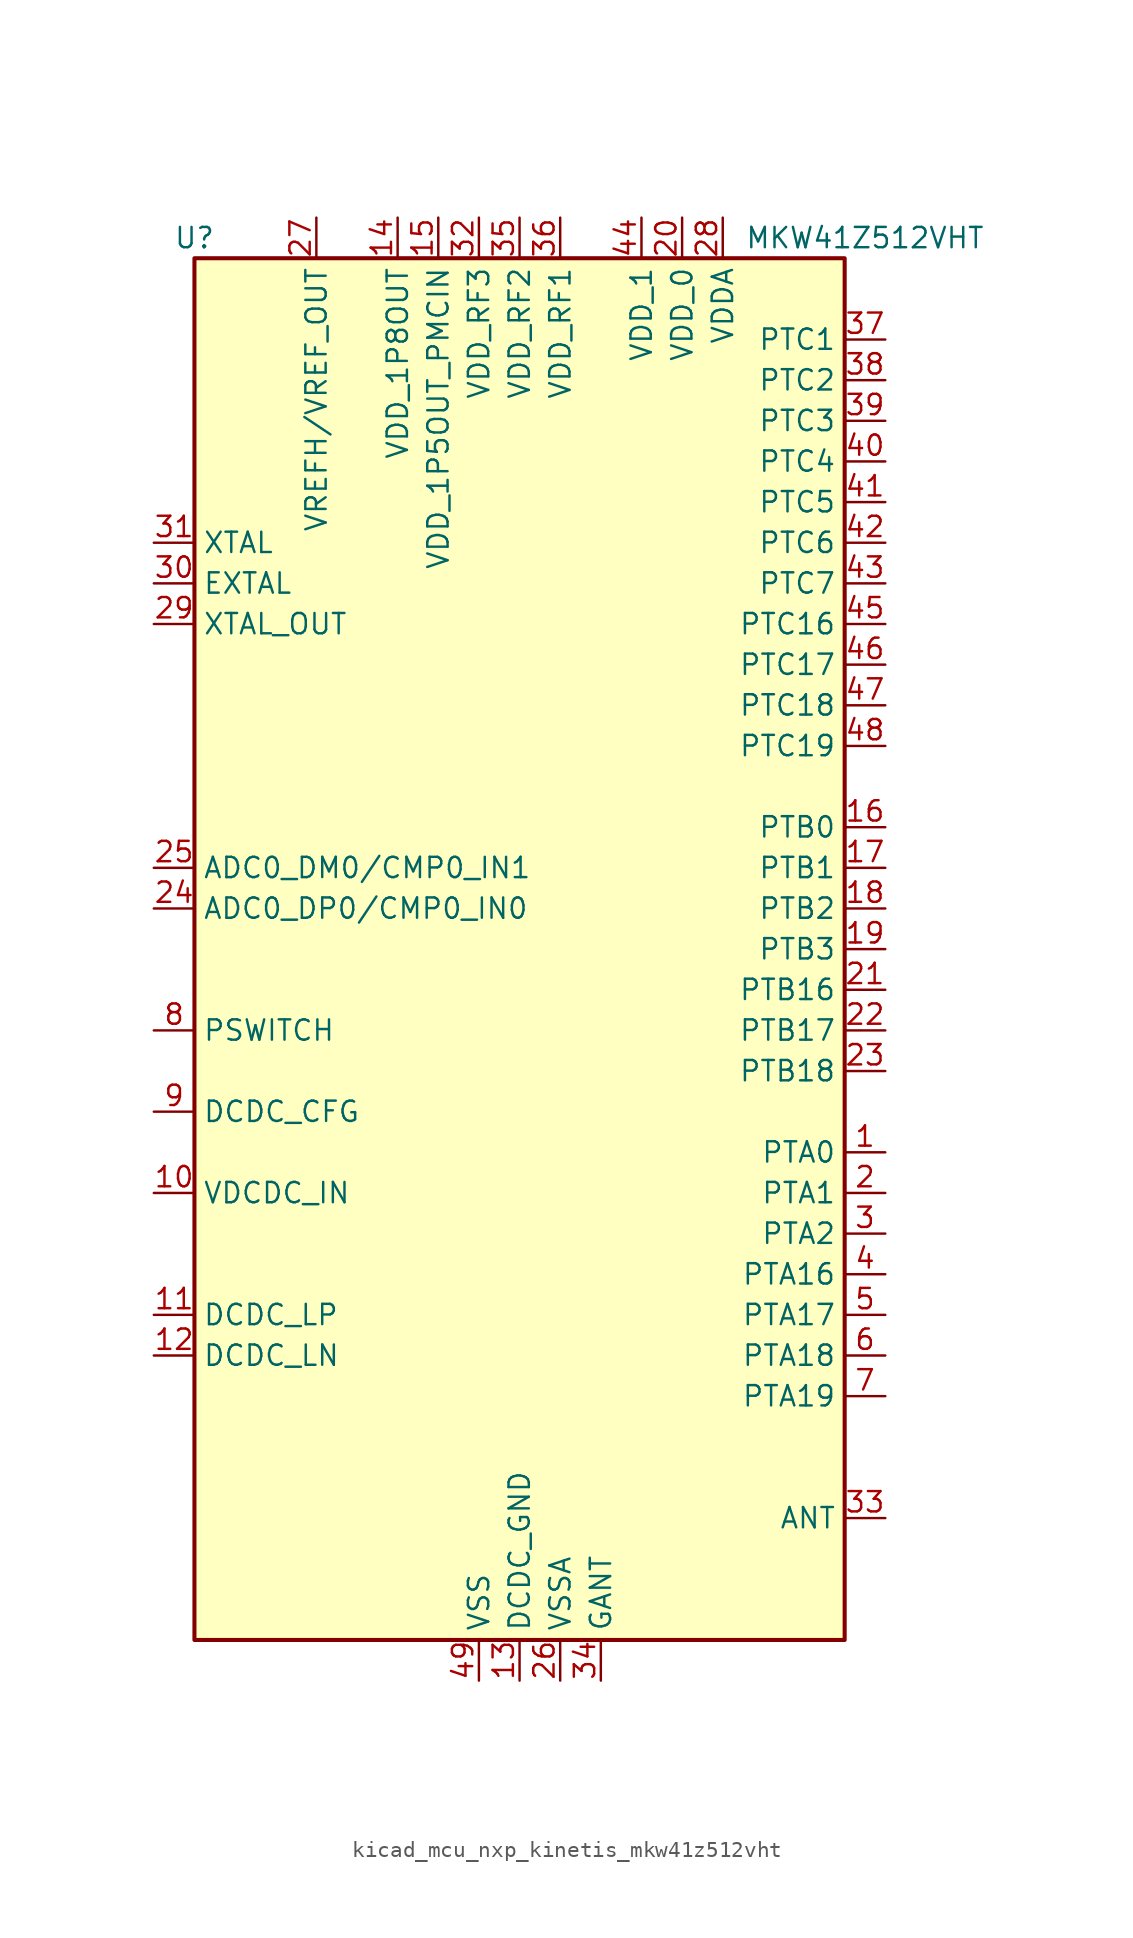
<source format=kicad_sym>
(kicad_symbol_lib
  (version 20220914)
  (generator kicad_symbol_editor)
  (symbol "kicad_mcu_nxp_kinetis_mkw41z512vht"
    (property "Reference" "U"
      (at -20.32 44.45 0)
      (effects (font (size 1.27 1.27))))
    (property "Value" "MKW41Z512VHT"
      (at 21.59 44.45 0)
      (effects (font (size 1.27 1.27))))
    (symbol "kicad_mcu_nxp_kinetis_mkw41z512vht_0_0"
      (pin bidirectional line (at 22.86 -12.7 180) (length 2.54) (name "PTA0" (effects (font (size 1.27 1.27)))) (number "1" (effects (font (size 1.27 1.27)))))
      (pin power_in line (at -22.86 -15.24 0) (length 2.54) (name "VDCDC_IN" (effects (font (size 1.27 1.27)))) (number "10" (effects (font (size 1.27 1.27)))))
      (pin passive line (at -22.86 -22.86 0) (length 2.54) (name "DCDC_LP" (effects (font (size 1.27 1.27)))) (number "11" (effects (font (size 1.27 1.27)))))
      (pin passive line (at -22.86 -25.4 0) (length 2.54) (name "DCDC_LN" (effects (font (size 1.27 1.27)))) (number "12" (effects (font (size 1.27 1.27)))))
      (pin power_in line (at 0 -45.72 90) (length 2.54) (name "DCDC_GND" (effects (font (size 1.27 1.27)))) (number "13" (effects (font (size 1.27 1.27)))))
      (pin power_out line (at -7.62 45.72 270) (length 2.54) (name "VDD_1P8OUT" (effects (font (size 1.27 1.27)))) (number "14" (effects (font (size 1.27 1.27)))))
      (pin power_out line (at -5.08 45.72 270) (length 2.54) (name "VDD_1P5OUT_PMCIN" (effects (font (size 1.27 1.27)))) (number "15" (effects (font (size 1.27 1.27)))))
      (pin bidirectional line (at 22.86 7.62 180) (length 2.54) (name "PTB0" (effects (font (size 1.27 1.27)))) (number "16" (effects (font (size 1.27 1.27)))))
      (pin bidirectional line (at 22.86 5.08 180) (length 2.54) (name "PTB1" (effects (font (size 1.27 1.27)))) (number "17" (effects (font (size 1.27 1.27)))))
      (pin bidirectional line (at 22.86 2.54 180) (length 2.54) (name "PTB2" (effects (font (size 1.27 1.27)))) (number "18" (effects (font (size 1.27 1.27)))))
      (pin bidirectional line (at 22.86 0 180) (length 2.54) (name "PTB3" (effects (font (size 1.27 1.27)))) (number "19" (effects (font (size 1.27 1.27)))))
      (pin bidirectional line (at 22.86 -15.24 180) (length 2.54) (name "PTA1" (effects (font (size 1.27 1.27)))) (number "2" (effects (font (size 1.27 1.27)))))
      (pin power_in line (at 10.16 45.72 270) (length 2.54) (name "VDD_0" (effects (font (size 1.27 1.27)))) (number "20" (effects (font (size 1.27 1.27)))))
      (pin bidirectional line (at 22.86 -2.54 180) (length 2.54) (name "PTB16" (effects (font (size 1.27 1.27)))) (number "21" (effects (font (size 1.27 1.27)))))
      (pin bidirectional line (at 22.86 -5.08 180) (length 2.54) (name "PTB17" (effects (font (size 1.27 1.27)))) (number "22" (effects (font (size 1.27 1.27)))))
      (pin bidirectional line (at 22.86 -7.62 180) (length 2.54) (name "PTB18" (effects (font (size 1.27 1.27)))) (number "23" (effects (font (size 1.27 1.27)))))
      (pin input line (at -22.86 2.54 0) (length 2.54) (name "ADC0_DP0/CMP0_IN0" (effects (font (size 1.27 1.27)))) (number "24" (effects (font (size 1.27 1.27)))))
      (pin input line (at -22.86 5.08 0) (length 2.54) (name "ADC0_DM0/CMP0_IN1" (effects (font (size 1.27 1.27)))) (number "25" (effects (font (size 1.27 1.27)))))
      (pin power_in line (at 2.54 -45.72 90) (length 2.54) (name "VSSA" (effects (font (size 1.27 1.27)))) (number "26" (effects (font (size 1.27 1.27)))))
      (pin bidirectional line (at -12.7 45.72 270) (length 2.54) (name "VREFH/VREF_OUT" (effects (font (size 1.27 1.27)))) (number "27" (effects (font (size 1.27 1.27)))))
      (pin power_in line (at 12.7 45.72 270) (length 2.54) (name "VDDA" (effects (font (size 1.27 1.27)))) (number "28" (effects (font (size 1.27 1.27)))))
      (pin output line (at -22.86 20.32 0) (length 2.54) (name "XTAL_OUT" (effects (font (size 1.27 1.27)))) (number "29" (effects (font (size 1.27 1.27)))))
      (pin bidirectional line (at 22.86 -17.78 180) (length 2.54) (name "PTA2" (effects (font (size 1.27 1.27)))) (number "3" (effects (font (size 1.27 1.27)))))
      (pin input line (at -22.86 22.86 0) (length 2.54) (name "EXTAL" (effects (font (size 1.27 1.27)))) (number "30" (effects (font (size 1.27 1.27)))))
      (pin input line (at -22.86 25.4 0) (length 2.54) (name "XTAL" (effects (font (size 1.27 1.27)))) (number "31" (effects (font (size 1.27 1.27)))))
      (pin power_in line (at -2.54 45.72 270) (length 2.54) (name "VDD_RF3" (effects (font (size 1.27 1.27)))) (number "32" (effects (font (size 1.27 1.27)))))
      (pin passive line (at 22.86 -35.56 180) (length 2.54) (name "ANT" (effects (font (size 1.27 1.27)))) (number "33" (effects (font (size 1.27 1.27)))))
      (pin power_in line (at 5.08 -45.72 90) (length 2.54) (name "GANT" (effects (font (size 1.27 1.27)))) (number "34" (effects (font (size 1.27 1.27)))))
      (pin power_in line (at 0 45.72 270) (length 2.54) (name "VDD_RF2" (effects (font (size 1.27 1.27)))) (number "35" (effects (font (size 1.27 1.27)))))
      (pin power_in line (at 2.54 45.72 270) (length 2.54) (name "VDD_RF1" (effects (font (size 1.27 1.27)))) (number "36" (effects (font (size 1.27 1.27)))))
      (pin bidirectional line (at 22.86 38.1 180) (length 2.54) (name "PTC1" (effects (font (size 1.27 1.27)))) (number "37" (effects (font (size 1.27 1.27)))))
      (pin bidirectional line (at 22.86 35.56 180) (length 2.54) (name "PTC2" (effects (font (size 1.27 1.27)))) (number "38" (effects (font (size 1.27 1.27)))))
      (pin bidirectional line (at 22.86 33.02 180) (length 2.54) (name "PTC3" (effects (font (size 1.27 1.27)))) (number "39" (effects (font (size 1.27 1.27)))))
      (pin bidirectional line (at 22.86 -20.32 180) (length 2.54) (name "PTA16" (effects (font (size 1.27 1.27)))) (number "4" (effects (font (size 1.27 1.27)))))
      (pin bidirectional line (at 22.86 30.48 180) (length 2.54) (name "PTC4" (effects (font (size 1.27 1.27)))) (number "40" (effects (font (size 1.27 1.27)))))
      (pin bidirectional line (at 22.86 27.94 180) (length 2.54) (name "PTC5" (effects (font (size 1.27 1.27)))) (number "41" (effects (font (size 1.27 1.27)))))
      (pin bidirectional line (at 22.86 25.4 180) (length 2.54) (name "PTC6" (effects (font (size 1.27 1.27)))) (number "42" (effects (font (size 1.27 1.27)))))
      (pin bidirectional line (at 22.86 22.86 180) (length 2.54) (name "PTC7" (effects (font (size 1.27 1.27)))) (number "43" (effects (font (size 1.27 1.27)))))
      (pin power_in line (at 7.62 45.72 270) (length 2.54) (name "VDD_1" (effects (font (size 1.27 1.27)))) (number "44" (effects (font (size 1.27 1.27)))))
      (pin bidirectional line (at 22.86 20.32 180) (length 2.54) (name "PTC16" (effects (font (size 1.27 1.27)))) (number "45" (effects (font (size 1.27 1.27)))))
      (pin bidirectional line (at 22.86 17.78 180) (length 2.54) (name "PTC17" (effects (font (size 1.27 1.27)))) (number "46" (effects (font (size 1.27 1.27)))))
      (pin bidirectional line (at 22.86 15.24 180) (length 2.54) (name "PTC18" (effects (font (size 1.27 1.27)))) (number "47" (effects (font (size 1.27 1.27)))))
      (pin bidirectional line (at 22.86 12.7 180) (length 2.54) (name "PTC19" (effects (font (size 1.27 1.27)))) (number "48" (effects (font (size 1.27 1.27)))))
      (pin power_in line (at -2.54 -45.72 90) (length 2.54) (name "VSS" (effects (font (size 1.27 1.27)))) (number "49" (effects (font (size 1.27 1.27)))))
      (pin bidirectional line (at 22.86 -22.86 180) (length 2.54) (name "PTA17" (effects (font (size 1.27 1.27)))) (number "5" (effects (font (size 1.27 1.27)))))
      (pin bidirectional line (at 22.86 -25.4 180) (length 2.54) (name "PTA18" (effects (font (size 1.27 1.27)))) (number "6" (effects (font (size 1.27 1.27)))))
      (pin bidirectional line (at 22.86 -27.94 180) (length 2.54) (name "PTA19" (effects (font (size 1.27 1.27)))) (number "7" (effects (font (size 1.27 1.27)))))
      (pin input line (at -22.86 -5.08 0) (length 2.54) (name "PSWITCH" (effects (font (size 1.27 1.27)))) (number "8" (effects (font (size 1.27 1.27)))))
      (pin input line (at -22.86 -10.16 0) (length 2.54) (name "DCDC_CFG" (effects (font (size 1.27 1.27)))) (number "9" (effects (font (size 1.27 1.27))))))
    (symbol "kicad_mcu_nxp_kinetis_mkw41z512vht_0_1"
      (rectangle (start -20.32 -43.18) (end 20.32 43.18) (stroke (width 0.254) (type default)) (fill (type background))))))
</source>
